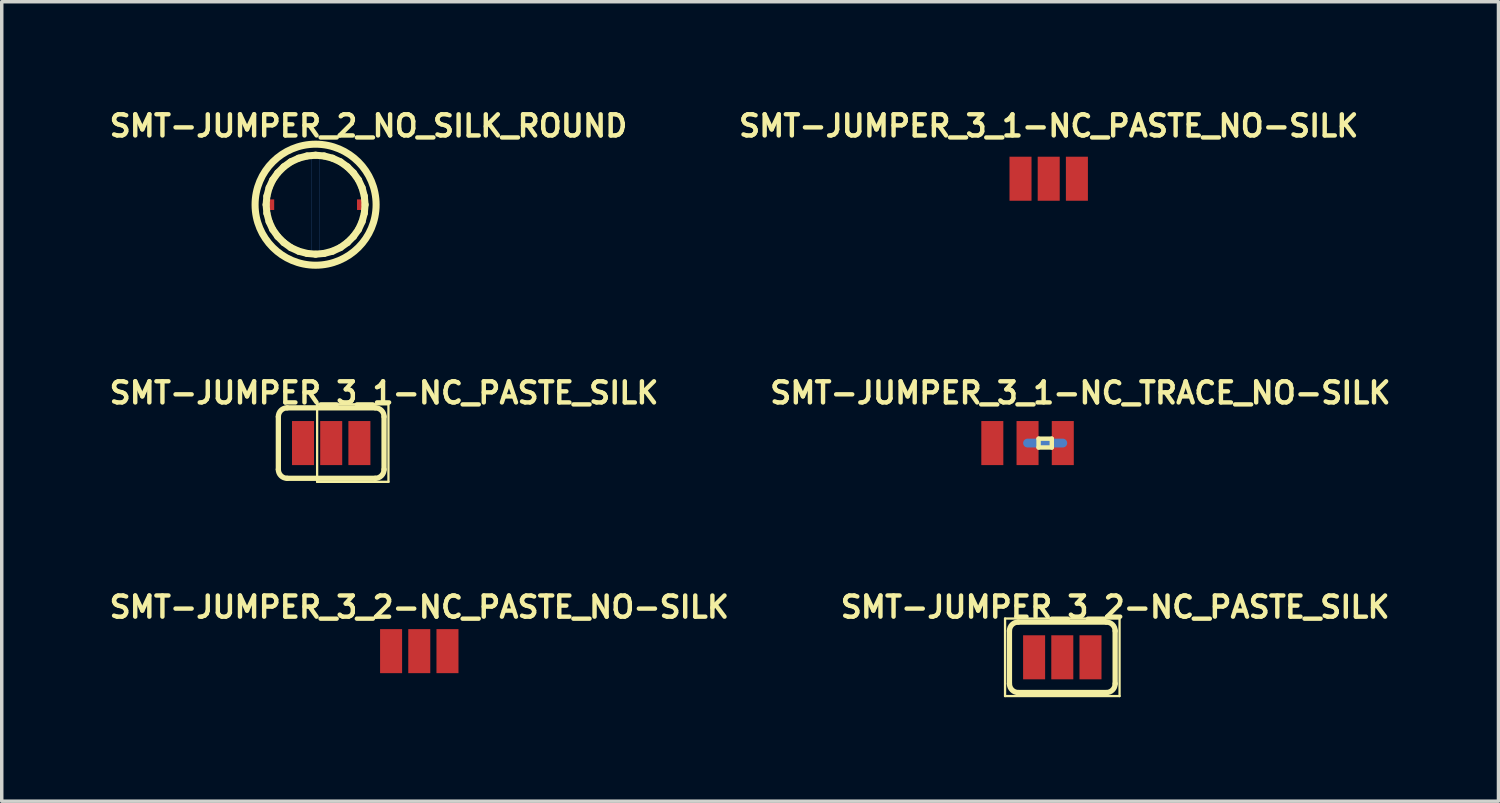
<source format=kicad_pcb>
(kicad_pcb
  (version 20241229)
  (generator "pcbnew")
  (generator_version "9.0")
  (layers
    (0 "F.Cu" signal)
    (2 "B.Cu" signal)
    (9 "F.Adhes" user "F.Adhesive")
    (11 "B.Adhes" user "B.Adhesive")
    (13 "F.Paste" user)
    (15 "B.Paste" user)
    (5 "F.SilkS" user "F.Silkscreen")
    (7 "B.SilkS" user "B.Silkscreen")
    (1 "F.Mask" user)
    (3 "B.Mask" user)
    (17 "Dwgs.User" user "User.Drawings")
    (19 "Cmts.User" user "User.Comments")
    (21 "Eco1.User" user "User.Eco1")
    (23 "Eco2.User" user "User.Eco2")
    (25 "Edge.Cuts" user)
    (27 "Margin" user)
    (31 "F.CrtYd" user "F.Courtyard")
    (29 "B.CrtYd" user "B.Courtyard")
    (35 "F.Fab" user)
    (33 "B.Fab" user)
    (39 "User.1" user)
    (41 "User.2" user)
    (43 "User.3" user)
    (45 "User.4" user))
  (footprint "SMT-JUMPER_3_2-NC_PASTE_SILK"
    (layer "F.Cu")
    (at 27.584 15.905)
    (property "Reference" "SMT-JUMPER_3_2-NC_PASTE_SILK" (at 1.524 -1.448 0) (layer "F.SilkS") (effects (font (size 0.61 0.61) (thickness 0.127))))
    (attr smd)
    (fp_line (start -1.651 -1.118) (end 1.651 -1.118) (stroke (width 0.066) (type solid)) (layer "F.SilkS"))
    (fp_line (start -1.651 1.118) (end -1.651 -1.118) (stroke (width 0.066) (type solid)) (layer "F.SilkS"))
    (fp_line (start -1.651 1.118) (end 1.651 1.118) (stroke (width 0.066) (type solid)) (layer "F.SilkS"))
    (fp_line (start -1.524 0.762) (end -1.524 -0.762) (stroke (width 0.152) (type solid)) (layer "F.SilkS"))
    (fp_line (start -1.27 -1.016) (end 1.27 -1.016) (stroke (width 0.152) (type solid)) (layer "F.SilkS"))
    (fp_line (start 1.27 1.016) (end -1.27 1.016) (stroke (width 0.152) (type solid)) (layer "F.SilkS"))
    (fp_line (start 1.524 0.762) (end 1.524 -0.762) (stroke (width 0.152) (type solid)) (layer "F.SilkS"))
    (fp_line (start 1.651 1.118) (end 1.651 -1.118) (stroke (width 0.066) (type solid)) (layer "F.SilkS"))
    (fp_arc (start -1.524 -0.762) (mid -1.449605 -0.941605) (end -1.27 -1.016) (stroke (width 0.1524) (type solid)) (layer "F.SilkS"))
    (fp_arc (start -1.27 1.016) (mid -1.449605 0.941605) (end -1.524 0.762) (stroke (width 0.1524) (type solid)) (layer "F.SilkS"))
    (fp_arc (start 1.27 -1.016) (mid 1.449605 -0.941605) (end 1.524 -0.762) (stroke (width 0.1524) (type solid)) (layer "F.SilkS"))
    (fp_arc (start 1.524 0.762) (mid 1.449605 0.941605) (end 1.27 1.016) (stroke (width 0.1524) (type solid)) (layer "F.SilkS"))
    (pad "1" smd rect (at -0.813 0) (size 0.635 1.27) (layers "F.Cu" "F.Mask" "F.Paste"))
    (pad "2" smd rect (at 0 0) (size 0.635 1.27) (layers "F.Cu" "F.Mask" "F.Paste"))
    (pad "3" smd rect (at 0.813 0) (size 0.635 1.27) (layers "F.Cu" "F.Mask" "F.Paste")))
  (footprint "SMT-JUMPER_3_1-NC_PASTE_SILK"
    (layer "F.Cu")
    (at 6.501 9.727)
    (property "Reference" "SMT-JUMPER_3_1-NC_PASTE_SILK" (at 1.524 -1.448 0) (layer "F.SilkS") (effects (font (size 0.61 0.61) (thickness 0.127))))
    (attr smd)
    (fp_line (start -1.524 0.762) (end -1.524 -0.762) (stroke (width 0.152) (type solid)) (layer "F.SilkS"))
    (fp_line (start -1.27 -1.016) (end 1.27 -1.016) (stroke (width 0.152) (type solid)) (layer "F.SilkS"))
    (fp_line (start -0.406 -1.118) (end 1.651 -1.118) (stroke (width 0.066) (type solid)) (layer "F.SilkS"))
    (fp_line (start -0.406 1.118) (end -0.406 -1.118) (stroke (width 0.066) (type solid)) (layer "F.SilkS"))
    (fp_line (start -0.406 1.118) (end 1.651 1.118) (stroke (width 0.066) (type solid)) (layer "F.SilkS"))
    (fp_line (start 1.27 1.016) (end -1.27 1.016) (stroke (width 0.152) (type solid)) (layer "F.SilkS"))
    (fp_line (start 1.524 0.762) (end 1.524 -0.762) (stroke (width 0.152) (type solid)) (layer "F.SilkS"))
    (fp_line (start 1.651 1.118) (end 1.651 -1.118) (stroke (width 0.066) (type solid)) (layer "F.SilkS"))
    (fp_arc (start -1.524 -0.762) (mid -1.449605 -0.941605) (end -1.27 -1.016) (stroke (width 0.1524) (type solid)) (layer "F.SilkS"))
    (fp_arc (start -1.27 1.016) (mid -1.449605 0.941605) (end -1.524 0.762) (stroke (width 0.1524) (type solid)) (layer "F.SilkS"))
    (fp_arc (start 1.27 -1.016) (mid 1.449605 -0.941605) (end 1.524 -0.762) (stroke (width 0.1524) (type solid)) (layer "F.SilkS"))
    (fp_arc (start 1.524 0.762) (mid 1.449605 0.941605) (end 1.27 1.016) (stroke (width 0.1524) (type solid)) (layer "F.SilkS"))
    (pad "1" smd rect (at -0.813 0) (size 0.635 1.27) (layers "F.Cu" "F.Mask" "F.Paste"))
    (pad "2" smd rect (at 0 0) (size 0.635 1.27) (layers "F.Cu" "F.Mask" "F.Paste"))
    (pad "3" smd rect (at 0.813 0) (size 0.635 1.27) (layers "F.Cu" "F.Mask" "F.Paste")))
  (footprint "SMT-JUMPER_3_2-NC_PASTE_NO-SILK"
    (layer "F.Cu")
    (at 9.041 15.727)
    (property "Reference" "SMT-JUMPER_3_2-NC_PASTE_NO-SILK" (at 0 -1.27 0) (layer "F.SilkS") (effects (font (size 0.61 0.61) (thickness 0.127))))
    (attr smd)
    (fp_line (start -1.397 -0.889) (end -1.397 0.889) (stroke (width 0.508) (type solid)) (layer "F.Paste"))
    (fp_line (start -1.397 -0.889) (end 1.397 -0.889) (stroke (width 0.508) (type solid)) (layer "F.Paste"))
    (fp_line (start -1.397 -0.381) (end 1.397 -0.381) (stroke (width 0.508) (type solid)) (layer "F.Paste"))
    (fp_line (start -1.397 0.127) (end 1.397 0.127) (stroke (width 0.508) (type solid)) (layer "F.Paste"))
    (fp_line (start -1.397 0.635) (end 1.397 0.635) (stroke (width 0.508) (type solid)) (layer "F.Paste"))
    (fp_line (start -1.397 0.889) (end 1.397 0.889) (stroke (width 0.508) (type solid)) (layer "F.Paste"))
    (fp_line (start 1.397 0.889) (end 1.397 -0.889) (stroke (width 0.508) (type solid)) (layer "F.Paste"))
    (pad "1" smd rect (at -0.813 0) (size 0.635 1.27) (layers "F.Cu" "F.Mask" "F.Paste"))
    (pad "2" smd rect (at 0 0) (size 0.635 1.27) (layers "F.Cu" "F.Mask" "F.Paste"))
    (pad "3" smd rect (at 0.813 0) (size 0.635 1.27) (layers "F.Cu" "F.Mask" "F.Paste")))
  (footprint "SMT-JUMPER_3_1-NC_TRACE_NO-SILK"
    (layer "F.Cu")
    (at 26.582 9.727)
    (property "Reference" "SMT-JUMPER_3_1-NC_TRACE_NO-SILK" (at 1.524 -1.448 0) (layer "F.SilkS") (effects (font (size 0.61 0.61) (thickness 0.127))))
    (attr smd)
    (fp_line (start 0 0) (end 1.016 0) (stroke (width 0.254) (type solid)) (layer "B.Cu"))
    (fp_line (start 0.318 -0.127) (end 0.699 -0.127) (stroke (width 0.127) (type solid)) (layer "F.SilkS"))
    (fp_line (start 0.318 0.127) (end 0.318 -0.127) (stroke (width 0.127) (type solid)) (layer "F.SilkS"))
    (fp_line (start 0.699 -0.127) (end 0.699 0.127) (stroke (width 0.127) (type solid)) (layer "F.SilkS"))
    (fp_line (start 0.699 0.127) (end 0.318 0.127) (stroke (width 0.127) (type solid)) (layer "F.SilkS"))
    (pad "1" smd rect (at -1.016 0) (size 0.635 1.27) (layers "F.Cu" "F.Mask" "F.Paste"))
    (pad "2" smd rect (at 0 0) (size 0.635 1.27) (layers "F.Cu" "F.Mask" "F.Paste"))
    (pad "3" smd rect (at 1.016 0) (size 0.635 1.27) (layers "F.Cu" "F.Mask" "F.Paste")))
  (footprint "SMT-JUMPER_2_NO_SILK_ROUND"
    (layer "F.Cu")
    (at 6.051 2.853)
    (property "Reference" "SMT-JUMPER_2_NO_SILK_ROUND" (at 1.524 -2.273 0) (layer "F.SilkS") (effects (font (size 0.61 0.61) (thickness 0.127))))
    (attr smd)
    (fp_line (start -1.379 0) (end -1.364 -0.231) (stroke (width 0.005) (type solid)) (layer "B.Cu"))
    (fp_line (start -1.364 -0.231) (end -1.311 -0.457) (stroke (width 0.005) (type solid)) (layer "B.Cu"))
    (fp_line (start -1.364 0.231) (end -1.379 0) (stroke (width 0.005) (type solid)) (layer "B.Cu"))
    (fp_line (start -1.311 -0.457) (end -1.222 -0.673) (stroke (width 0.005) (type solid)) (layer "B.Cu"))
    (fp_line (start -1.311 0.457) (end -1.364 0.231) (stroke (width 0.005) (type solid)) (layer "B.Cu"))
    (fp_line (start -1.222 -0.673) (end -1.097 -0.869) (stroke (width 0.005) (type solid)) (layer "B.Cu"))
    (fp_line (start -1.222 0.673) (end -1.311 0.457) (stroke (width 0.005) (type solid)) (layer "B.Cu"))
    (fp_line (start -1.097 -0.869) (end -0.942 -1.044) (stroke (width 0.005) (type solid)) (layer "B.Cu"))
    (fp_line (start -1.097 0.869) (end -1.222 0.673) (stroke (width 0.005) (type solid)) (layer "B.Cu"))
    (fp_line (start -0.942 -1.044) (end -0.759 -1.191) (stroke (width 0.005) (type solid)) (layer "B.Cu"))
    (fp_line (start -0.942 1.044) (end -1.097 0.869) (stroke (width 0.005) (type solid)) (layer "B.Cu"))
    (fp_line (start -0.759 -1.191) (end -0.559 -1.306) (stroke (width 0.005) (type solid)) (layer "B.Cu"))
    (fp_line (start -0.759 1.191) (end -0.942 1.044) (stroke (width 0.005) (type solid)) (layer "B.Cu"))
    (fp_line (start -0.559 -1.306) (end -0.338 -1.384) (stroke (width 0.005) (type solid)) (layer "B.Cu"))
    (fp_line (start -0.559 1.306) (end -0.759 1.191) (stroke (width 0.005) (type solid)) (layer "B.Cu"))
    (fp_line (start -0.338 -1.384) (end -0.109 -1.427) (stroke (width 0.005) (type solid)) (layer "B.Cu"))
    (fp_line (start -0.338 1.384) (end -0.559 1.306) (stroke (width 0.005) (type solid)) (layer "B.Cu"))
    (fp_line (start -0.109 -1.427) (end -0.109 1.427) (stroke (width 0.005) (type solid)) (layer "B.Cu"))
    (fp_line (start -0.109 1.427) (end -0.338 1.384) (stroke (width 0.005) (type solid)) (layer "B.Cu"))
    (fp_line (start 0.109 -1.427) (end 0.109 1.427) (stroke (width 0.005) (type solid)) (layer "B.Cu"))
    (fp_line (start 0.109 1.427) (end 0.338 1.384) (stroke (width 0.005) (type solid)) (layer "B.Cu"))
    (fp_line (start 0.338 -1.384) (end 0.109 -1.427) (stroke (width 0.005) (type solid)) (layer "B.Cu"))
    (fp_line (start 0.338 1.384) (end 0.559 1.306) (stroke (width 0.005) (type solid)) (layer "B.Cu"))
    (fp_line (start 0.559 -1.306) (end 0.338 -1.384) (stroke (width 0.005) (type solid)) (layer "B.Cu"))
    (fp_line (start 0.559 1.306) (end 0.759 1.191) (stroke (width 0.005) (type solid)) (layer "B.Cu"))
    (fp_line (start 0.759 -1.191) (end 0.559 -1.306) (stroke (width 0.005) (type solid)) (layer "B.Cu"))
    (fp_line (start 0.759 1.191) (end 0.942 1.044) (stroke (width 0.005) (type solid)) (layer "B.Cu"))
    (fp_line (start 0.942 -1.044) (end 0.759 -1.191) (stroke (width 0.005) (type solid)) (layer "B.Cu"))
    (fp_line (start 0.942 1.044) (end 1.097 0.869) (stroke (width 0.005) (type solid)) (layer "B.Cu"))
    (fp_line (start 1.097 -0.869) (end 0.942 -1.044) (stroke (width 0.005) (type solid)) (layer "B.Cu"))
    (fp_line (start 1.097 0.869) (end 1.222 0.673) (stroke (width 0.005) (type solid)) (layer "B.Cu"))
    (fp_line (start 1.222 -0.673) (end 1.097 -0.869) (stroke (width 0.005) (type solid)) (layer "B.Cu"))
    (fp_line (start 1.222 0.673) (end 1.311 0.457) (stroke (width 0.005) (type solid)) (layer "B.Cu"))
    (fp_line (start 1.311 -0.457) (end 1.222 -0.673) (stroke (width 0.005) (type solid)) (layer "B.Cu"))
    (fp_line (start 1.311 0.457) (end 1.364 0.231) (stroke (width 0.005) (type solid)) (layer "B.Cu"))
    (fp_line (start 1.364 -0.231) (end 1.311 -0.457) (stroke (width 0.005) (type solid)) (layer "B.Cu"))
    (fp_line (start 1.364 0.231) (end 1.379 0) (stroke (width 0.005) (type solid)) (layer "B.Cu"))
    (fp_line (start 1.379 0) (end 1.364 -0.231) (stroke (width 0.005) (type solid)) (layer "B.Cu"))
    (fp_line (start -1.427 0) (end -1.405 -0.246) (stroke (width 0.203) (type solid)) (layer "F.SilkS"))
    (fp_line (start -1.405 -0.246) (end -1.341 -0.488) (stroke (width 0.203) (type solid)) (layer "F.SilkS"))
    (fp_line (start -1.405 0.246) (end -1.427 0) (stroke (width 0.203) (type solid)) (layer "F.SilkS"))
    (fp_line (start -1.341 -0.488) (end -1.237 -0.714) (stroke (width 0.203) (type solid)) (layer "F.SilkS"))
    (fp_line (start -1.341 0.488) (end -1.405 0.246) (stroke (width 0.203) (type solid)) (layer "F.SilkS"))
    (fp_line (start -1.237 -0.714) (end -1.092 -0.917) (stroke (width 0.203) (type solid)) (layer "F.SilkS"))
    (fp_line (start -1.237 0.714) (end -1.341 0.488) (stroke (width 0.203) (type solid)) (layer "F.SilkS"))
    (fp_line (start -1.092 -0.917) (end -0.917 -1.092) (stroke (width 0.203) (type solid)) (layer "F.SilkS"))
    (fp_line (start -1.092 0.917) (end -1.237 0.714) (stroke (width 0.203) (type solid)) (layer "F.SilkS"))
    (fp_line (start -0.917 -1.092) (end -0.714 -1.237) (stroke (width 0.203) (type solid)) (layer "F.SilkS"))
    (fp_line (start -0.917 1.092) (end -1.092 0.917) (stroke (width 0.203) (type solid)) (layer "F.SilkS"))
    (fp_line (start -0.714 -1.237) (end -0.488 -1.341) (stroke (width 0.203) (type solid)) (layer "F.SilkS"))
    (fp_line (start -0.714 1.237) (end -0.917 1.092) (stroke (width 0.203) (type solid)) (layer "F.SilkS"))
    (fp_line (start -0.488 -1.341) (end -0.246 -1.405) (stroke (width 0.203) (type solid)) (layer "F.SilkS"))
    (fp_line (start -0.488 1.341) (end -0.714 1.237) (stroke (width 0.203) (type solid)) (layer "F.SilkS"))
    (fp_line (start -0.246 -1.405) (end 0 -1.427) (stroke (width 0.203) (type solid)) (layer "F.SilkS"))
    (fp_line (start -0.246 1.405) (end -0.488 1.341) (stroke (width 0.203) (type solid)) (layer "F.SilkS"))
    (fp_line (start 0 -1.427) (end 0.246 -1.405) (stroke (width 0.203) (type solid)) (layer "F.SilkS"))
    (fp_line (start 0 1.427) (end -0.246 1.405) (stroke (width 0.203) (type solid)) (layer "F.SilkS"))
    (fp_line (start 0.246 -1.405) (end 0.488 -1.341) (stroke (width 0.203) (type solid)) (layer "F.SilkS"))
    (fp_line (start 0.246 1.405) (end 0 1.427) (stroke (width 0.203) (type solid)) (layer "F.SilkS"))
    (fp_line (start 0.488 -1.341) (end 0.714 -1.237) (stroke (width 0.203) (type solid)) (layer "F.SilkS"))
    (fp_line (start 0.488 1.341) (end 0.246 1.405) (stroke (width 0.203) (type solid)) (layer "F.SilkS"))
    (fp_line (start 0.714 -1.237) (end 0.917 -1.092) (stroke (width 0.203) (type solid)) (layer "F.SilkS"))
    (fp_line (start 0.714 1.237) (end 0.488 1.341) (stroke (width 0.203) (type solid)) (layer "F.SilkS"))
    (fp_line (start 0.917 -1.092) (end 1.092 -0.917) (stroke (width 0.203) (type solid)) (layer "F.SilkS"))
    (fp_line (start 0.917 1.092) (end 0.714 1.237) (stroke (width 0.203) (type solid)) (layer "F.SilkS"))
    (fp_line (start 1.092 -0.917) (end 1.237 -0.714) (stroke (width 0.203) (type solid)) (layer "F.SilkS"))
    (fp_line (start 1.092 0.917) (end 0.917 1.092) (stroke (width 0.203) (type solid)) (layer "F.SilkS"))
    (fp_line (start 1.237 -0.714) (end 1.341 -0.488) (stroke (width 0.203) (type solid)) (layer "F.SilkS"))
    (fp_line (start 1.237 0.714) (end 1.092 0.917) (stroke (width 0.203) (type solid)) (layer "F.SilkS"))
    (fp_line (start 1.341 -0.488) (end 1.405 -0.246) (stroke (width 0.203) (type solid)) (layer "F.SilkS"))
    (fp_line (start 1.341 0.488) (end 1.237 0.714) (stroke (width 0.203) (type solid)) (layer "F.SilkS"))
    (fp_line (start 1.405 -0.246) (end 1.427 0) (stroke (width 0.203) (type solid)) (layer "F.SilkS"))
    (fp_line (start 1.405 0.246) (end 1.341 0.488) (stroke (width 0.203) (type solid)) (layer "F.SilkS"))
    (fp_line (start 1.427 0) (end 1.405 0.246) (stroke (width 0.203) (type solid)) (layer "F.SilkS"))
    (fp_circle (center 0 0) (end 0 -1.745) (stroke (width 0.203) (type solid)) (fill no) (layer "F.SilkS"))
    (pad "1" smd rect (at -1.27 0 270) (size 0.305 0.152) (layers "F.Cu" "F.Mask" "F.Paste"))
    (pad "2" smd rect (at 1.27 0 90) (size 0.305 0.152) (layers "F.Cu" "F.Mask" "F.Paste")))
  (footprint "SMT-JUMPER_3_1-NC_PASTE_NO-SILK"
    (layer "F.Cu")
    (at 27.192 2.104)
    (property "Reference" "SMT-JUMPER_3_1-NC_PASTE_NO-SILK" (at 0 -1.524 0) (layer "F.SilkS") (effects (font (size 0.61 0.61) (thickness 0.127))))
    (attr smd)
    (fp_line (start -0.127 -0.889) (end 1.397 -0.889) (stroke (width 0.508) (type solid)) (layer "F.Paste"))
    (fp_line (start -0.127 -0.381) (end 1.397 -0.381) (stroke (width 0.508) (type solid)) (layer "F.Paste"))
    (fp_line (start -0.127 0.127) (end 1.397 0.127) (stroke (width 0.508) (type solid)) (layer "F.Paste"))
    (fp_line (start -0.127 0.635) (end 1.397 0.635) (stroke (width 0.508) (type solid)) (layer "F.Paste"))
    (fp_line (start -0.127 0.889) (end -0.127 -0.889) (stroke (width 0.508) (type solid)) (layer "F.Paste"))
    (fp_line (start -0.127 0.889) (end 1.397 0.889) (stroke (width 0.508) (type solid)) (layer "F.Paste"))
    (fp_line (start 1.397 -0.889) (end 1.397 0.889) (stroke (width 0.508) (type solid)) (layer "F.Paste"))
    (pad "1" smd rect (at -0.813 0) (size 0.635 1.27) (layers "F.Cu" "F.Mask" "F.Paste"))
    (pad "2" smd rect (at 0 0) (size 0.635 1.27) (layers "F.Cu" "F.Mask" "F.Paste"))
    (pad "3" smd rect (at 0.813 0) (size 0.635 1.27) (layers "F.Cu" "F.Mask" "F.Paste")))
  (gr_rect
    (start -3 -3)
    (end 40.162 20.055)
    (stroke (width 0.1) (type default))
    (fill no)
    (layer "Edge.Cuts")))
</source>
